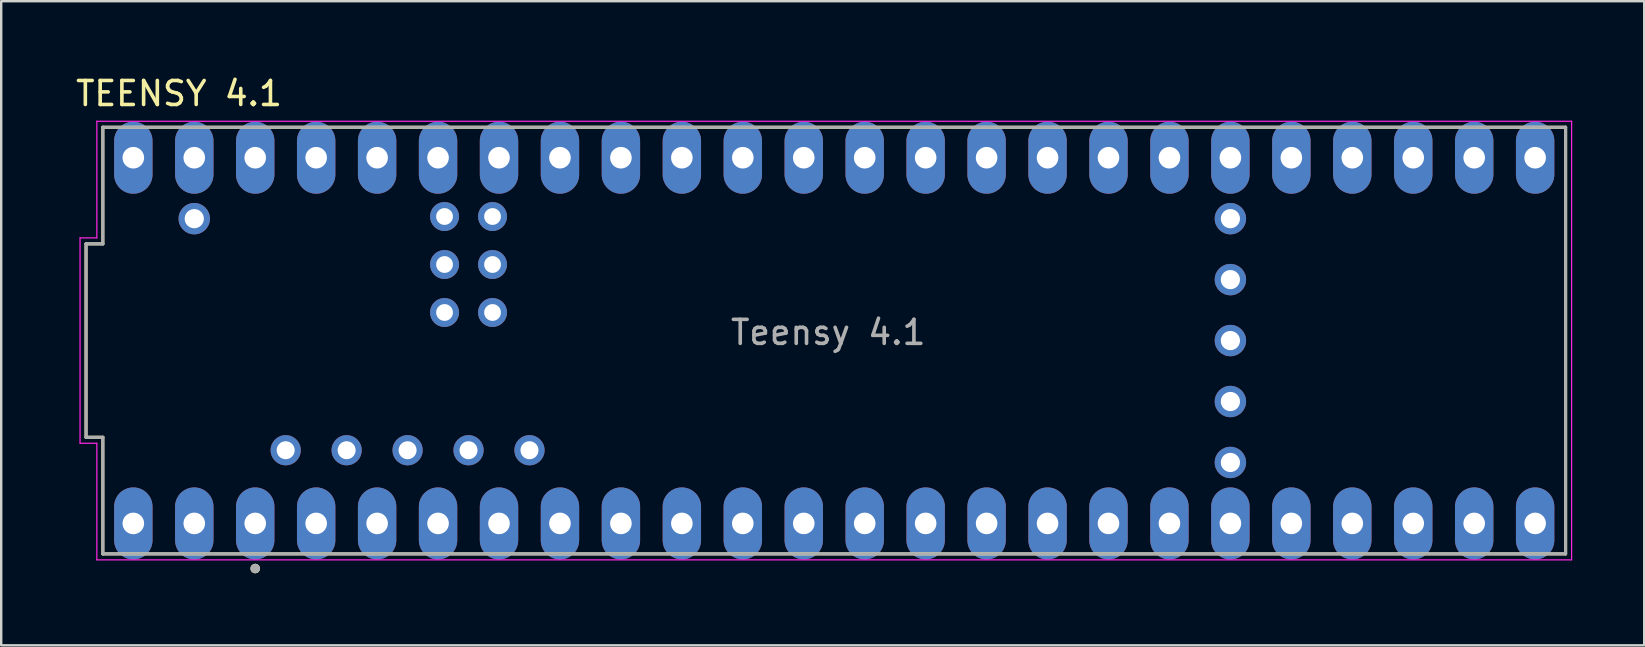
<source format=kicad_pcb>
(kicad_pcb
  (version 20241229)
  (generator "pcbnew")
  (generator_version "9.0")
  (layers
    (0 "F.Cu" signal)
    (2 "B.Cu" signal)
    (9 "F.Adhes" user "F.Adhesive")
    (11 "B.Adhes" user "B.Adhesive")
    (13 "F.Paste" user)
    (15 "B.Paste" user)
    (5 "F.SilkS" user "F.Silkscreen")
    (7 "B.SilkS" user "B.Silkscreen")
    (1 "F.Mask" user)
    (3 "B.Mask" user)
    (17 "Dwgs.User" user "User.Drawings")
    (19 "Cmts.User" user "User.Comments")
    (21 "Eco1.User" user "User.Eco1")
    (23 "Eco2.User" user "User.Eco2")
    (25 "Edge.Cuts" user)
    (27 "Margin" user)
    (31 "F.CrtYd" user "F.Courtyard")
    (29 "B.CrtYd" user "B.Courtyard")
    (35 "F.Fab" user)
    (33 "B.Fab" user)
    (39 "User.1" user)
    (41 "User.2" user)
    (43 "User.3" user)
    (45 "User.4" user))
  (footprint "TEENSY 4.1"
    (layer "F.Cu")
    (at 31.716 11.143)
    (property "Reference" "TEENSY 4.1" (at -27.305 -10.295 0) (layer "F.SilkS") (effects (font (size 1 1) (thickness 0.15))))
    (attr through_hole)
    (fp_line (start -31.18 4.03) (end -31.18 -4.03) (stroke (width 0.127) (type solid)) (layer "F.SilkS"))
    (fp_line (start -30.48 -8.89) (end -30.48 -4.03) (stroke (width 0.127) (type solid)) (layer "F.SilkS"))
    (fp_line (start -30.48 -8.89) (end 30.48 -8.89) (stroke (width 0.127) (type solid)) (layer "F.SilkS"))
    (fp_line (start -30.48 -4.03) (end -31.18 -4.03) (stroke (width 0.127) (type solid)) (layer "F.SilkS"))
    (fp_line (start -30.48 4.03) (end -31.18 4.03) (stroke (width 0.127) (type solid)) (layer "F.SilkS"))
    (fp_line (start -30.48 8.89) (end -30.48 4.03) (stroke (width 0.127) (type solid)) (layer "F.SilkS"))
    (fp_line (start 30.48 -8.89) (end 30.48 8.89) (stroke (width 0.127) (type solid)) (layer "F.SilkS"))
    (fp_line (start 30.48 8.89) (end -30.48 8.89) (stroke (width 0.127) (type solid)) (layer "F.SilkS"))
    (fp_circle (center -24.13 9.5) (end -24.03 9.5) (stroke (width 0.2) (type solid)) (fill no) (layer "F.SilkS"))
    (fp_line (start -31.43 4.28) (end -31.43 -4.28) (stroke (width 0.05) (type solid)) (layer "F.CrtYd"))
    (fp_line (start -30.73 -9.14) (end -30.73 -4.28) (stroke (width 0.05) (type solid)) (layer "F.CrtYd"))
    (fp_line (start -30.73 -9.14) (end 30.73 -9.14) (stroke (width 0.05) (type solid)) (layer "F.CrtYd"))
    (fp_line (start -30.73 -4.28) (end -31.43 -4.28) (stroke (width 0.05) (type solid)) (layer "F.CrtYd"))
    (fp_line (start -30.73 4.28) (end -31.43 4.28) (stroke (width 0.05) (type solid)) (layer "F.CrtYd"))
    (fp_line (start -30.73 9.14) (end -30.73 4.28) (stroke (width 0.05) (type solid)) (layer "F.CrtYd"))
    (fp_line (start 30.73 -9.14) (end 30.73 9.14) (stroke (width 0.05) (type solid)) (layer "F.CrtYd"))
    (fp_line (start 30.73 9.14) (end -30.73 9.14) (stroke (width 0.05) (type solid)) (layer "F.CrtYd"))
    (fp_line (start -31.18 4.03) (end -31.18 -4.03) (stroke (width 0.127) (type solid)) (layer "F.Fab"))
    (fp_line (start -30.48 -8.89) (end -30.48 -4.03) (stroke (width 0.127) (type solid)) (layer "F.Fab"))
    (fp_line (start -30.48 -8.89) (end 30.48 -8.89) (stroke (width 0.127) (type solid)) (layer "F.Fab"))
    (fp_line (start -30.48 -4.03) (end -31.18 -4.03) (stroke (width 0.127) (type solid)) (layer "F.Fab"))
    (fp_line (start -30.48 4.03) (end -31.18 4.03) (stroke (width 0.127) (type solid)) (layer "F.Fab"))
    (fp_line (start -30.48 8.89) (end -30.48 4.03) (stroke (width 0.127) (type solid)) (layer "F.Fab"))
    (fp_line (start 30.48 -8.89) (end 30.48 8.89) (stroke (width 0.127) (type solid)) (layer "F.Fab"))
    (fp_line (start 30.48 8.89) (end -30.48 8.89) (stroke (width 0.127) (type solid)) (layer "F.Fab"))
    (fp_circle (center -24.13 9.5) (end -24.03 9.5) (stroke (width 0.2) (type solid)) (fill no) (layer "F.Fab"))
    (fp_text user "Teensy 4.1" (at -0.25 -0.34 0) (layer "F.Fab") (effects (font (size 1 1) (thickness 0.15))))
    (pad "0" thru_hole oval (at -26.67 7.62) (size 1.6 3) (drill 0.9) (layers "*.Cu" "*.Mask"))
    (pad "1" thru_hole oval (at -24.13 7.62) (size 1.6 3) (drill 0.9) (layers "*.Cu" "*.Mask"))
    (pad "2" thru_hole oval (at -21.59 7.62) (size 1.6 3) (drill 0.9) (layers "*.Cu" "*.Mask"))
    (pad "3" thru_hole oval (at -19.05 7.62) (size 1.6 3) (drill 0.9) (layers "*.Cu" "*.Mask"))
    (pad "3.3V_1" thru_hole oval (at 6.35 7.62) (size 1.6 3) (drill 0.9) (layers "*.Cu" "*.Mask"))
    (pad "3.3V_2" thru_hole oval (at -24.13 -7.62) (size 1.6 3) (drill 0.9) (layers "*.Cu" "*.Mask"))
    (pad "3.3V_3" thru_hole circle (at 16.51 2.54) (size 1.308 1.308) (drill 0.8) (layers "*.Cu" "*.Mask"))
    (pad "4" thru_hole oval (at -16.51 7.62) (size 1.6 3) (drill 0.9) (layers "*.Cu" "*.Mask"))
    (pad "5" thru_hole oval (at -13.97 7.62) (size 1.6 3) (drill 0.9) (layers "*.Cu" "*.Mask"))
    (pad "5V" thru_hole circle (at -22.86 4.57) (size 1.258 1.258) (drill 0.75) (layers "*.Cu" "*.Mask"))
    (pad "6" thru_hole oval (at -11.43 7.62) (size 1.6 3) (drill 0.9) (layers "*.Cu" "*.Mask"))
    (pad "7" thru_hole oval (at -8.89 7.62) (size 1.6 3) (drill 0.9) (layers "*.Cu" "*.Mask"))
    (pad "8" thru_hole oval (at -6.35 7.62) (size 1.6 3) (drill 0.9) (layers "*.Cu" "*.Mask"))
    (pad "9" thru_hole oval (at -3.81 7.62) (size 1.6 3) (drill 0.9) (layers "*.Cu" "*.Mask"))
    (pad "10" thru_hole oval (at -1.27 7.62) (size 1.6 3) (drill 0.9) (layers "*.Cu" "*.Mask"))
    (pad "11" thru_hole oval (at 1.27 7.62) (size 1.6 3) (drill 0.9) (layers "*.Cu" "*.Mask"))
    (pad "12" thru_hole oval (at 3.81 7.62) (size 1.6 3) (drill 0.9) (layers "*.Cu" "*.Mask"))
    (pad "13" thru_hole oval (at 3.81 -7.62) (size 1.6 3) (drill 0.9) (layers "*.Cu" "*.Mask"))
    (pad "14" thru_hole oval (at 1.27 -7.62) (size 1.6 3) (drill 0.9) (layers "*.Cu" "*.Mask"))
    (pad "15" thru_hole oval (at -1.27 -7.62) (size 1.6 3) (drill 0.9) (layers "*.Cu" "*.Mask"))
    (pad "16" thru_hole oval (at -3.81 -7.62) (size 1.6 3) (drill 0.9) (layers "*.Cu" "*.Mask"))
    (pad "17" thru_hole oval (at -6.35 -7.62) (size 1.6 3) (drill 0.9) (layers "*.Cu" "*.Mask"))
    (pad "18" thru_hole oval (at -8.89 -7.62) (size 1.6 3) (drill 0.9) (layers "*.Cu" "*.Mask"))
    (pad "19" thru_hole oval (at -11.43 -7.62) (size 1.6 3) (drill 0.9) (layers "*.Cu" "*.Mask"))
    (pad "20" thru_hole oval (at -13.97 -7.62) (size 1.6 3) (drill 0.9) (layers "*.Cu" "*.Mask"))
    (pad "21" thru_hole oval (at -16.51 -7.62) (size 1.6 3) (drill 0.9) (layers "*.Cu" "*.Mask"))
    (pad "22" thru_hole oval (at -19.05 -7.62) (size 1.6 3) (drill 0.9) (layers "*.Cu" "*.Mask"))
    (pad "23" thru_hole oval (at -21.59 -7.62) (size 1.6 3) (drill 0.9) (layers "*.Cu" "*.Mask"))
    (pad "24" thru_hole oval (at 8.89 7.62) (size 1.6 3) (drill 0.9) (layers "*.Cu" "*.Mask"))
    (pad "25" thru_hole oval (at 11.43 7.62) (size 1.6 3) (drill 0.9) (layers "*.Cu" "*.Mask"))
    (pad "26" thru_hole oval (at 13.97 7.62) (size 1.6 3) (drill 0.9) (layers "*.Cu" "*.Mask"))
    (pad "27" thru_hole oval (at 16.51 7.62) (size 1.6 3) (drill 0.9) (layers "*.Cu" "*.Mask"))
    (pad "28" thru_hole oval (at 19.05 7.62) (size 1.6 3) (drill 0.9) (layers "*.Cu" "*.Mask"))
    (pad "29" thru_hole oval (at 21.59 7.62) (size 1.6 3) (drill 0.9) (layers "*.Cu" "*.Mask"))
    (pad "30" thru_hole oval (at 24.13 7.62) (size 1.6 3) (drill 0.9) (layers "*.Cu" "*.Mask"))
    (pad "31" thru_hole oval (at 26.67 7.62) (size 1.6 3) (drill 0.9) (layers "*.Cu" "*.Mask"))
    (pad "32" thru_hole oval (at 29.21 7.62) (size 1.6 3) (drill 0.9) (layers "*.Cu" "*.Mask"))
    (pad "33" thru_hole oval (at 29.21 -7.62) (size 1.6 3) (drill 0.9) (layers "*.Cu" "*.Mask"))
    (pad "34" thru_hole oval (at 26.67 -7.62) (size 1.6 3) (drill 0.9) (layers "*.Cu" "*.Mask"))
    (pad "35" thru_hole oval (at 24.13 -7.62) (size 1.6 3) (drill 0.9) (layers "*.Cu" "*.Mask"))
    (pad "36" thru_hole oval (at 21.59 -7.62) (size 1.6 3) (drill 0.9) (layers "*.Cu" "*.Mask"))
    (pad "37" thru_hole oval (at 19.05 -7.62) (size 1.6 3) (drill 0.9) (layers "*.Cu" "*.Mask"))
    (pad "38" thru_hole oval (at 16.51 -7.62) (size 1.6 3) (drill 0.9) (layers "*.Cu" "*.Mask"))
    (pad "39" thru_hole oval (at 13.97 -7.62) (size 1.6 3) (drill 0.9) (layers "*.Cu" "*.Mask"))
    (pad "40" thru_hole oval (at 11.43 -7.62) (size 1.6 3) (drill 0.9) (layers "*.Cu" "*.Mask"))
    (pad "41" thru_hole oval (at 8.89 -7.62) (size 1.6 3) (drill 0.9) (layers "*.Cu" "*.Mask"))
    (pad "D+" thru_hole circle (at -17.78 4.57) (size 1.258 1.258) (drill 0.75) (layers "*.Cu" "*.Mask"))
    (pad "D-" thru_hole circle (at -20.32 4.57) (size 1.258 1.258) (drill 0.75) (layers "*.Cu" "*.Mask"))
    (pad "GND1" thru_hole oval (at -29.21 7.62) (size 1.6 3) (drill 0.9) (layers "*.Cu" "*.Mask"))
    (pad "GND2" thru_hole oval (at 6.35 -7.62) (size 1.6 3) (drill 0.9) (layers "*.Cu" "*.Mask"))
    (pad "GND3" thru_hole oval (at -26.67 -7.62) (size 1.6 3) (drill 0.9) (layers "*.Cu" "*.Mask"))
    (pad "GND4" thru_hole circle (at 16.51 0) (size 1.308 1.308) (drill 0.8) (layers "*.Cu" "*.Mask"))
    (pad "GND5" thru_hole circle (at -14.24 -3.17) (size 1.208 1.208) (drill 0.7) (layers "*.Cu" "*.Mask"))
    (pad "LED" thru_hole circle (at -16.24 -3.17) (size 1.208 1.208) (drill 0.7) (layers "*.Cu" "*.Mask"))
    (pad "ON/OFF" thru_hole circle (at 16.51 -5.08) (size 1.308 1.308) (drill 0.8) (layers "*.Cu" "*.Mask"))
    (pad "PROGRAM" thru_hole circle (at 16.51 -2.54) (size 1.308 1.308) (drill 0.8) (layers "*.Cu" "*.Mask"))
    (pad "R+" thru_hole circle (at -16.24 -5.17) (size 1.208 1.208) (drill 0.7) (layers "*.Cu" "*.Mask"))
    (pad "R-" thru_hole circle (at -14.24 -5.17) (size 1.208 1.208) (drill 0.7) (layers "*.Cu" "*.Mask"))
    (pad "T+" thru_hole circle (at -14.24 -1.17) (size 1.208 1.208) (drill 0.7) (layers "*.Cu" "*.Mask"))
    (pad "T-" thru_hole circle (at -16.24 -1.17) (size 1.208 1.208) (drill 0.7) (layers "*.Cu" "*.Mask"))
    (pad "USB_GND1" thru_hole circle (at -15.24 4.57) (size 1.258 1.258) (drill 0.75) (layers "*.Cu" "*.Mask"))
    (pad "USB_GND2" thru_hole circle (at -12.7 4.57) (size 1.258 1.258) (drill 0.75) (layers "*.Cu" "*.Mask"))
    (pad "VBAT" thru_hole circle (at 16.51 5.08) (size 1.308 1.308) (drill 0.8) (layers "*.Cu" "*.Mask"))
    (pad "VIN" thru_hole oval (at -29.21 -7.62) (size 1.6 3) (drill 0.9) (layers "*.Cu" "*.Mask"))
    (pad "VUSB" thru_hole circle (at -26.67 -5.08) (size 1.308 1.308) (drill 0.8) (layers "*.Cu" "*.Mask")))
  (gr_rect
    (start -3 -3)
    (end 65.471 23.843)
    (stroke (width 0.1) (type default))
    (fill no)
    (layer "Edge.Cuts")))
</source>
